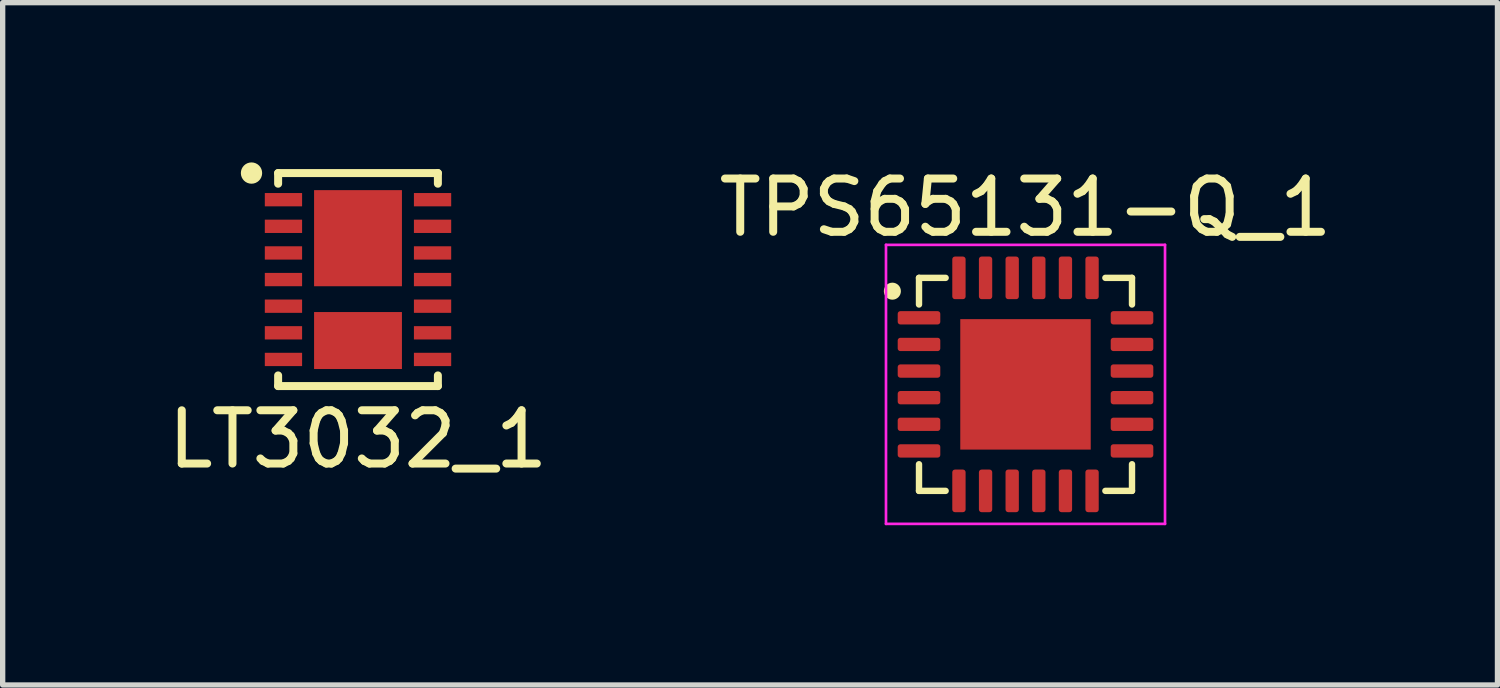
<source format=kicad_pcb>
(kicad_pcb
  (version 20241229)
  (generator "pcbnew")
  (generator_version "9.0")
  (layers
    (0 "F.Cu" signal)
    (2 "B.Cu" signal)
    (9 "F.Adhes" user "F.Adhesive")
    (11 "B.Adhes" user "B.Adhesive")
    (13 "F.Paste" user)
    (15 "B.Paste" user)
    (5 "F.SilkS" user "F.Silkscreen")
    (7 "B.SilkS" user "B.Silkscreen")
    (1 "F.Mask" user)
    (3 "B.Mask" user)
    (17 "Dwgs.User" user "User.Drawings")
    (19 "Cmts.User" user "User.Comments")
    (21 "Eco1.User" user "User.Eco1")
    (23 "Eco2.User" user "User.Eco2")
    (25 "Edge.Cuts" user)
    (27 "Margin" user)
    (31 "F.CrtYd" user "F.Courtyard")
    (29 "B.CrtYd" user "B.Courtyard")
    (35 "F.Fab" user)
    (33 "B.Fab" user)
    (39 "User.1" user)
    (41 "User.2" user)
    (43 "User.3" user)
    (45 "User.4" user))
  (footprint "TPS65131-Q_1"
    (layer "F.Cu")
    (at 16.208 4.168)
    (property "Reference" "TPS65131-Q_1" (at 0 -3.32 0) (layer "F.SilkS") (effects (font (size 1 1) (thickness 0.15))))
    (attr smd)
    (fp_line (start -2 -2) (end -1.5 -2) (stroke (width 0.12) (type solid)) (layer "F.SilkS"))
    (fp_line (start -2 -1.5) (end -2 -2) (stroke (width 0.12) (type solid)) (layer "F.SilkS"))
    (fp_line (start -2 1.5) (end -2 2) (stroke (width 0.12) (type solid)) (layer "F.SilkS"))
    (fp_line (start -2 2) (end -1.5 2) (stroke (width 0.12) (type solid)) (layer "F.SilkS"))
    (fp_line (start 1.5 -2) (end 2 -2) (stroke (width 0.12) (type solid)) (layer "F.SilkS"))
    (fp_line (start 1.5 2) (end 2 2) (stroke (width 0.12) (type solid)) (layer "F.SilkS"))
    (fp_line (start 2 -2) (end 2 -1.5) (stroke (width 0.12) (type solid)) (layer "F.SilkS"))
    (fp_line (start 2 2) (end 2 1.5) (stroke (width 0.12) (type solid)) (layer "F.SilkS"))
    (fp_circle (center -2.5 -1.75) (end -2.4 -1.75) (stroke (width 0.12) (type solid)) (fill yes) (layer "F.SilkS"))
    (fp_rect (start -1.14 -1.14) (end -0.14 -0.14) (stroke (width 0.12) (type solid)) (fill yes) (layer "F.Paste"))
    (fp_rect (start -1.14 0.14) (end -0.14 1.14) (stroke (width 0.12) (type solid)) (fill yes) (layer "F.Paste"))
    (fp_rect (start 0.14 -1.14) (end 1.14 -0.14) (stroke (width 0.12) (type solid)) (fill yes) (layer "F.Paste"))
    (fp_rect (start 0.14 0.14) (end 1.14 1.14) (stroke (width 0.12) (type solid)) (fill yes) (layer "F.Paste"))
    (fp_line (start -2.62 -2.62) (end -2.62 2.62) (stroke (width 0.05) (type solid)) (layer "F.CrtYd"))
    (fp_line (start -2.62 2.62) (end 2.62 2.62) (stroke (width 0.05) (type solid)) (layer "F.CrtYd"))
    (fp_line (start 2.62 -2.62) (end -2.62 -2.62) (stroke (width 0.05) (type solid)) (layer "F.CrtYd"))
    (fp_line (start 2.62 2.62) (end 2.62 -2.62) (stroke (width 0.05) (type solid)) (layer "F.CrtYd"))
    (pad "1" smd roundrect (at -2 -1.25) (size 0.8 0.25) (layers "F.Cu" "F.Mask" "F.Paste") (roundrect_rratio 0.2))
    (pad "2" smd roundrect (at -2 -0.75) (size 0.8 0.25) (layers "F.Cu" "F.Mask" "F.Paste") (roundrect_rratio 0.2))
    (pad "3" smd roundrect (at -2 -0.25) (size 0.8 0.25) (layers "F.Cu" "F.Mask" "F.Paste") (roundrect_rratio 0.2))
    (pad "4" smd roundrect (at -2 0.25) (size 0.8 0.25) (layers "F.Cu" "F.Mask" "F.Paste") (roundrect_rratio 0.2))
    (pad "5" smd roundrect (at -2 0.75) (size 0.8 0.25) (layers "F.Cu" "F.Mask" "F.Paste") (roundrect_rratio 0.2))
    (pad "6" smd roundrect (at -2 1.25) (size 0.8 0.25) (layers "F.Cu" "F.Mask" "F.Paste") (roundrect_rratio 0.2))
    (pad "7" smd roundrect (at -1.25 2 90) (size 0.8 0.25) (layers "F.Cu" "F.Mask" "F.Paste") (roundrect_rratio 0.2))
    (pad "8" smd roundrect (at -0.75 2 90) (size 0.8 0.25) (layers "F.Cu" "F.Mask" "F.Paste") (roundrect_rratio 0.2))
    (pad "9" smd roundrect (at -0.25 2 90) (size 0.8 0.25) (layers "F.Cu" "F.Mask" "F.Paste") (roundrect_rratio 0.2))
    (pad "10" smd roundrect (at 0.25 2 90) (size 0.8 0.25) (layers "F.Cu" "F.Mask" "F.Paste") (roundrect_rratio 0.2))
    (pad "11" smd roundrect (at 0.75 2 90) (size 0.8 0.25) (layers "F.Cu" "F.Mask" "F.Paste") (roundrect_rratio 0.2))
    (pad "12" smd roundrect (at 1.25 2 90) (size 0.8 0.25) (layers "F.Cu" "F.Mask" "F.Paste") (roundrect_rratio 0.2))
    (pad "13" smd roundrect (at 2 1.25) (size 0.8 0.25) (layers "F.Cu" "F.Mask" "F.Paste") (roundrect_rratio 0.2))
    (pad "14" smd roundrect (at 2 0.75) (size 0.8 0.25) (layers "F.Cu" "F.Mask" "F.Paste") (roundrect_rratio 0.2))
    (pad "15" smd roundrect (at 2 0.25) (size 0.8 0.25) (layers "F.Cu" "F.Mask" "F.Paste") (roundrect_rratio 0.2))
    (pad "16" smd roundrect (at 2 -0.25) (size 0.8 0.25) (layers "F.Cu" "F.Mask" "F.Paste") (roundrect_rratio 0.2))
    (pad "17" smd roundrect (at 2 -0.75) (size 0.8 0.25) (layers "F.Cu" "F.Mask" "F.Paste") (roundrect_rratio 0.2))
    (pad "18" smd roundrect (at 2 -1.25) (size 0.8 0.25) (layers "F.Cu" "F.Mask" "F.Paste") (roundrect_rratio 0.2))
    (pad "19" smd roundrect (at 1.25 -2 90) (size 0.8 0.25) (layers "F.Cu" "F.Mask" "F.Paste") (roundrect_rratio 0.2))
    (pad "20" smd roundrect (at 0.75 -2 90) (size 0.8 0.25) (layers "F.Cu" "F.Mask" "F.Paste") (roundrect_rratio 0.2))
    (pad "21" smd roundrect (at 0.25 -2 90) (size 0.8 0.25) (layers "F.Cu" "F.Mask" "F.Paste") (roundrect_rratio 0.2))
    (pad "22" smd roundrect (at -0.25 -2 90) (size 0.8 0.25) (layers "F.Cu" "F.Mask" "F.Paste") (roundrect_rratio 0.2))
    (pad "23" smd roundrect (at -0.75 -2 90) (size 0.8 0.25) (layers "F.Cu" "F.Mask" "F.Paste") (roundrect_rratio 0.2))
    (pad "24" smd roundrect (at -1.25 -2 90) (size 0.8 0.25) (layers "F.Cu" "F.Mask" "F.Paste") (roundrect_rratio 0.2))
    (pad "25" smd rect (at 0 0) (size 2.45 2.45) (layers "F.Cu" "F.Mask")))
  (footprint "LT3032_1"
    (layer "F.Cu")
    (at 3.673 2.2)
    (property "Reference" "LT3032_1" (at 0 3 0) (layer "F.SilkS") (effects (font (size 1 1) (thickness 0.15))))
    (attr smd)
    (fp_line (start -1.5 -2) (end -1.5 -1.8) (stroke (width 0.15) (type solid)) (layer "F.SilkS"))
    (fp_line (start -1.5 -2) (end 1.5 -2) (stroke (width 0.15) (type solid)) (layer "F.SilkS"))
    (fp_line (start -1.5 2) (end -1.5 1.8) (stroke (width 0.15) (type solid)) (layer "F.SilkS"))
    (fp_line (start -1.5 2) (end 1.5 2) (stroke (width 0.15) (type solid)) (layer "F.SilkS"))
    (fp_line (start 1.5 -2) (end 1.5 -1.8) (stroke (width 0.15) (type solid)) (layer "F.SilkS"))
    (fp_line (start 1.5 2) (end 1.5 1.8) (stroke (width 0.15) (type solid)) (layer "F.SilkS"))
    (fp_circle (center -2 -2) (end -2 -1.9) (stroke (width 0.2) (type solid)) (fill no) (layer "F.SilkS"))
    (pad "1" smd rect (at -1.4 -1.5) (size 0.7 0.25) (layers "F.Cu" "F.Mask" "F.Paste"))
    (pad "2" smd rect (at -1.4 -1) (size 0.7 0.25) (layers "F.Cu" "F.Mask" "F.Paste"))
    (pad "3" smd rect (at -1.4 -0.5) (size 0.7 0.25) (layers "F.Cu" "F.Mask" "F.Paste"))
    (pad "4" smd rect (at -1.4 0) (size 0.7 0.25) (layers "F.Cu" "F.Mask" "F.Paste"))
    (pad "5" smd rect (at -1.4 0.5) (size 0.7 0.25) (layers "F.Cu" "F.Mask" "F.Paste"))
    (pad "6" smd rect (at -1.4 1) (size 0.7 0.25) (layers "F.Cu" "F.Mask" "F.Paste"))
    (pad "7" smd rect (at -1.4 1.5) (size 0.7 0.25) (layers "F.Cu" "F.Mask" "F.Paste"))
    (pad "8" smd rect (at 1.4 1.5) (size 0.7 0.25) (layers "F.Cu" "F.Mask" "F.Paste"))
    (pad "9" smd rect (at 1.4 1) (size 0.7 0.25) (layers "F.Cu" "F.Mask" "F.Paste"))
    (pad "10" smd rect (at 1.4 0.5) (size 0.7 0.25) (layers "F.Cu" "F.Mask" "F.Paste"))
    (pad "11" smd rect (at 1.4 0) (size 0.7 0.25) (layers "F.Cu" "F.Mask" "F.Paste"))
    (pad "12" smd rect (at 1.4 -0.5) (size 0.7 0.25) (layers "F.Cu" "F.Mask" "F.Paste"))
    (pad "13" smd rect (at 1.4 -1) (size 0.7 0.25) (layers "F.Cu" "F.Mask" "F.Paste"))
    (pad "14" smd rect (at 1.4 -1.5) (size 0.7 0.25) (layers "F.Cu" "F.Mask" "F.Paste"))
    (pad "15" smd rect (at 0 -0.777) (size 1.65 1.805) (layers "F.Cu" "F.Mask" "F.Paste"))
    (pad "16" smd rect (at 0 1.145) (size 1.65 1.07) (layers "F.Cu" "F.Mask" "F.Paste")))
  (gr_rect
    (start -3 -3)
    (end 25.071 9.813)
    (stroke (width 0.1) (type default))
    (fill no)
    (layer "Edge.Cuts")))
</source>
